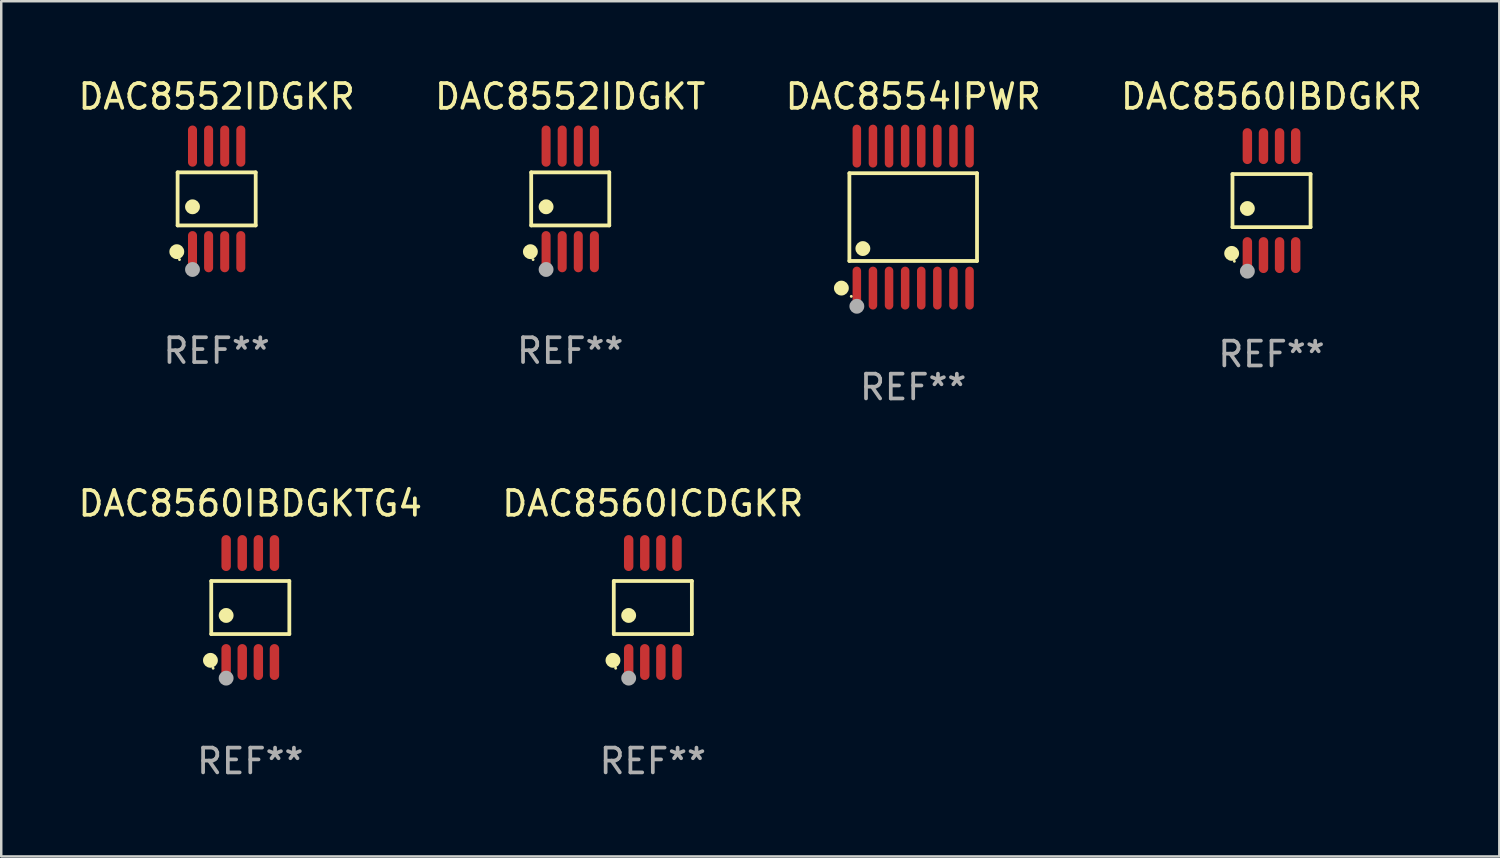
<source format=kicad_pcb>
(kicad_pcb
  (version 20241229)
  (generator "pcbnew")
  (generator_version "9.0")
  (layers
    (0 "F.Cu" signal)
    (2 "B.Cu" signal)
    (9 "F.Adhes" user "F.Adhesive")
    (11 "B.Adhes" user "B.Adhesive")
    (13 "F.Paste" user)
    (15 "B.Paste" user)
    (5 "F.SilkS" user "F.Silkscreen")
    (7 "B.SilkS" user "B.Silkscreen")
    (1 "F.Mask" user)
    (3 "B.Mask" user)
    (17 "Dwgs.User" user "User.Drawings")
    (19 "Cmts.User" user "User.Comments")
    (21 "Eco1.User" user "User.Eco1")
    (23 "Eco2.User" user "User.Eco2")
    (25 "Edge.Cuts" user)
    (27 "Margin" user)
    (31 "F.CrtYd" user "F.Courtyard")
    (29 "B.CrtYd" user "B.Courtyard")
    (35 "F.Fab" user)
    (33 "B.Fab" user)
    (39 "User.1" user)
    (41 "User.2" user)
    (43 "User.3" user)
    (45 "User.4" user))
  (footprint "DAC8554IPWR"
    (layer "F.Cu")
    (at 33.815 5.714)
    (property "Reference" "DAC8554IPWR" (at 0 -4.866 0) (layer "F.SilkS") (effects (font (size 1 1) (thickness 0.15))))
    (attr through_hole)
    (fp_line (start -2.576 -1.772) (end 2.576 -1.772) (stroke (width 0.152) (type solid)) (layer "F.SilkS"))
    (fp_line (start -2.576 1.771) (end -2.576 -1.772) (stroke (width 0.152) (type solid)) (layer "F.SilkS"))
    (fp_line (start 2.576 -1.772) (end 2.576 1.771) (stroke (width 0.152) (type solid)) (layer "F.SilkS"))
    (fp_line (start 2.576 1.771) (end -2.576 1.771) (stroke (width 0.152) (type solid)) (layer "F.SilkS"))
    (fp_circle (center -2.899 2.866) (end -2.749 2.866) (stroke (width 0.3) (type solid)) (fill no) (layer "F.SilkS"))
    (fp_circle (center -2.5 3.2) (end -2.47 3.2) (stroke (width 0.06) (type solid)) (fill no) (layer "F.SilkS"))
    (fp_circle (center -2.032 1.27) (end -1.882 1.27) (stroke (width 0.3) (type solid)) (fill no) (layer "F.SilkS"))
    (fp_circle (center -2.275 3.6) (end -2.125 3.6) (stroke (width 0.3) (type solid)) (fill no) (layer "F.Fab"))
    (fp_text user "REF**" (at 0 6.866 0) (layer "F.Fab") (effects (font (size 1 1) (thickness 0.15))))
    (pad "1" smd oval (at -2.275 2.866) (size 0.343 1.731) (layers "F.Cu" "F.Mask" "F.Paste"))
    (pad "2" smd oval (at -1.625 2.866) (size 0.343 1.731) (layers "F.Cu" "F.Mask" "F.Paste"))
    (pad "3" smd oval (at -0.975 2.866) (size 0.343 1.731) (layers "F.Cu" "F.Mask" "F.Paste"))
    (pad "4" smd oval (at -0.325 2.866) (size 0.343 1.731) (layers "F.Cu" "F.Mask" "F.Paste"))
    (pad "5" smd oval (at 0.325 2.866) (size 0.343 1.731) (layers "F.Cu" "F.Mask" "F.Paste"))
    (pad "6" smd oval (at 0.975 2.866) (size 0.343 1.731) (layers "F.Cu" "F.Mask" "F.Paste"))
    (pad "7" smd oval (at 1.625 2.866) (size 0.343 1.731) (layers "F.Cu" "F.Mask" "F.Paste"))
    (pad "8" smd oval (at 2.275 2.866) (size 0.343 1.731) (layers "F.Cu" "F.Mask" "F.Paste"))
    (pad "9" smd oval (at 2.275 -2.866) (size 0.343 1.731) (layers "F.Cu" "F.Mask" "F.Paste"))
    (pad "10" smd oval (at 1.625 -2.866) (size 0.343 1.731) (layers "F.Cu" "F.Mask" "F.Paste"))
    (pad "11" smd oval (at 0.975 -2.866) (size 0.343 1.731) (layers "F.Cu" "F.Mask" "F.Paste"))
    (pad "12" smd oval (at 0.325 -2.866) (size 0.343 1.731) (layers "F.Cu" "F.Mask" "F.Paste"))
    (pad "13" smd oval (at -0.325 -2.866) (size 0.343 1.731) (layers "F.Cu" "F.Mask" "F.Paste"))
    (pad "14" smd oval (at -0.975 -2.866) (size 0.343 1.731) (layers "F.Cu" "F.Mask" "F.Paste"))
    (pad "15" smd oval (at -1.625 -2.866) (size 0.343 1.731) (layers "F.Cu" "F.Mask" "F.Paste"))
    (pad "16" smd oval (at -2.275 -2.866) (size 0.343 1.731) (layers "F.Cu" "F.Mask" "F.Paste")))
  (footprint "DAC8552IDGKR"
    (layer "F.Cu")
    (at 5.696 4.979)
    (property "Reference" "DAC8552IDGKR" (at 0 -4.131 0) (layer "F.SilkS") (effects (font (size 1 1) (thickness 0.15))))
    (attr through_hole)
    (fp_line (start -1.576 -1.071) (end 1.576 -1.071) (stroke (width 0.152) (type solid)) (layer "F.SilkS"))
    (fp_line (start -1.576 1.071) (end -1.576 -1.071) (stroke (width 0.152) (type solid)) (layer "F.SilkS"))
    (fp_line (start 1.576 -1.071) (end 1.576 1.071) (stroke (width 0.152) (type solid)) (layer "F.SilkS"))
    (fp_line (start 1.576 1.071) (end -1.576 1.071) (stroke (width 0.152) (type solid)) (layer "F.SilkS"))
    (fp_circle (center -1.609 2.131) (end -1.459 2.131) (stroke (width 0.3) (type solid)) (fill no) (layer "F.SilkS"))
    (fp_circle (center -1.5 2.45) (end -1.47 2.45) (stroke (width 0.06) (type solid)) (fill no) (layer "F.SilkS"))
    (fp_circle (center -0.975 0.319) (end -0.825 0.319) (stroke (width 0.3) (type solid)) (fill no) (layer "F.SilkS"))
    (fp_circle (center -0.975 2.85) (end -0.825 2.85) (stroke (width 0.3) (type solid)) (fill no) (layer "F.Fab"))
    (fp_text user "REF**" (at 0 6.131 0) (layer "F.Fab") (effects (font (size 1 1) (thickness 0.15))))
    (pad "1" smd oval (at -0.975 2.131) (size 0.364 1.662) (layers "F.Cu" "F.Mask" "F.Paste"))
    (pad "2" smd oval (at -0.325 2.131) (size 0.364 1.662) (layers "F.Cu" "F.Mask" "F.Paste"))
    (pad "3" smd oval (at 0.325 2.131) (size 0.364 1.662) (layers "F.Cu" "F.Mask" "F.Paste"))
    (pad "4" smd oval (at 0.975 2.131) (size 0.364 1.662) (layers "F.Cu" "F.Mask" "F.Paste"))
    (pad "5" smd oval (at 0.975 -2.131) (size 0.364 1.662) (layers "F.Cu" "F.Mask" "F.Paste"))
    (pad "6" smd oval (at 0.325 -2.131) (size 0.364 1.662) (layers "F.Cu" "F.Mask" "F.Paste"))
    (pad "7" smd oval (at -0.325 -2.131) (size 0.364 1.662) (layers "F.Cu" "F.Mask" "F.Paste"))
    (pad "8" smd oval (at -0.975 -2.131) (size 0.364 1.662) (layers "F.Cu" "F.Mask" "F.Paste")))
  (footprint "DAC8560IBDGKTG4"
    (layer "F.Cu")
    (at 7.054 21.476)
    (property "Reference" "DAC8560IBDGKTG4" (at 0 -4.2 0) (layer "F.SilkS") (effects (font (size 1 1) (thickness 0.15))))
    (attr through_hole)
    (fp_line (start -1.576 -1.071) (end 1.576 -1.071) (stroke (width 0.152) (type solid)) (layer "F.SilkS"))
    (fp_line (start -1.576 1.071) (end -1.576 -1.071) (stroke (width 0.152) (type solid)) (layer "F.SilkS"))
    (fp_line (start 1.576 -1.071) (end 1.576 1.071) (stroke (width 0.152) (type solid)) (layer "F.SilkS"))
    (fp_line (start 1.576 1.071) (end -1.576 1.071) (stroke (width 0.152) (type solid)) (layer "F.SilkS"))
    (fp_circle (center -1.609 2.131) (end -1.459 2.131) (stroke (width 0.3) (type solid)) (fill no) (layer "F.SilkS"))
    (fp_circle (center -1.5 2.45) (end -1.47 2.45) (stroke (width 0.06) (type solid)) (fill no) (layer "F.SilkS"))
    (fp_circle (center -0.975 0.319) (end -0.825 0.319) (stroke (width 0.3) (type solid)) (fill no) (layer "F.SilkS"))
    (fp_circle (center -0.975 2.85) (end -0.825 2.85) (stroke (width 0.3) (type solid)) (fill no) (layer "F.Fab"))
    (fp_text user "REF**" (at 0 6.2 0) (layer "F.Fab") (effects (font (size 1 1) (thickness 0.15))))
    (pad "1" smd oval (at -0.975 2.2) (size 0.38 1.45) (layers "F.Cu" "F.Mask" "F.Paste"))
    (pad "2" smd oval (at -0.325 2.2) (size 0.38 1.45) (layers "F.Cu" "F.Mask" "F.Paste"))
    (pad "3" smd oval (at 0.325 2.2) (size 0.38 1.45) (layers "F.Cu" "F.Mask" "F.Paste"))
    (pad "4" smd oval (at 0.975 2.2) (size 0.38 1.45) (layers "F.Cu" "F.Mask" "F.Paste"))
    (pad "5" smd oval (at 0.975 -2.2) (size 0.38 1.45) (layers "F.Cu" "F.Mask" "F.Paste"))
    (pad "6" smd oval (at 0.325 -2.2) (size 0.38 1.45) (layers "F.Cu" "F.Mask" "F.Paste"))
    (pad "7" smd oval (at -0.325 -2.2) (size 0.38 1.45) (layers "F.Cu" "F.Mask" "F.Paste"))
    (pad "8" smd oval (at -0.975 -2.2) (size 0.38 1.45) (layers "F.Cu" "F.Mask" "F.Paste")))
  (footprint "DAC8560ICDGKR"
    (layer "F.Cu")
    (at 23.304 21.476)
    (property "Reference" "DAC8560ICDGKR" (at 0 -4.2 0) (layer "F.SilkS") (effects (font (size 1 1) (thickness 0.15))))
    (attr through_hole)
    (fp_line (start -1.576 -1.071) (end 1.576 -1.071) (stroke (width 0.152) (type solid)) (layer "F.SilkS"))
    (fp_line (start -1.576 1.071) (end -1.576 -1.071) (stroke (width 0.152) (type solid)) (layer "F.SilkS"))
    (fp_line (start 1.576 -1.071) (end 1.576 1.071) (stroke (width 0.152) (type solid)) (layer "F.SilkS"))
    (fp_line (start 1.576 1.071) (end -1.576 1.071) (stroke (width 0.152) (type solid)) (layer "F.SilkS"))
    (fp_circle (center -1.609 2.131) (end -1.459 2.131) (stroke (width 0.3) (type solid)) (fill no) (layer "F.SilkS"))
    (fp_circle (center -1.5 2.45) (end -1.47 2.45) (stroke (width 0.06) (type solid)) (fill no) (layer "F.SilkS"))
    (fp_circle (center -0.975 0.319) (end -0.825 0.319) (stroke (width 0.3) (type solid)) (fill no) (layer "F.SilkS"))
    (fp_circle (center -0.975 2.85) (end -0.825 2.85) (stroke (width 0.3) (type solid)) (fill no) (layer "F.Fab"))
    (fp_text user "REF**" (at 0 6.2 0) (layer "F.Fab") (effects (font (size 1 1) (thickness 0.15))))
    (pad "1" smd oval (at -0.975 2.2) (size 0.38 1.45) (layers "F.Cu" "F.Mask" "F.Paste"))
    (pad "2" smd oval (at -0.325 2.2) (size 0.38 1.45) (layers "F.Cu" "F.Mask" "F.Paste"))
    (pad "3" smd oval (at 0.325 2.2) (size 0.38 1.45) (layers "F.Cu" "F.Mask" "F.Paste"))
    (pad "4" smd oval (at 0.975 2.2) (size 0.38 1.45) (layers "F.Cu" "F.Mask" "F.Paste"))
    (pad "5" smd oval (at 0.975 -2.2) (size 0.38 1.45) (layers "F.Cu" "F.Mask" "F.Paste"))
    (pad "6" smd oval (at 0.325 -2.2) (size 0.38 1.45) (layers "F.Cu" "F.Mask" "F.Paste"))
    (pad "7" smd oval (at -0.325 -2.2) (size 0.38 1.45) (layers "F.Cu" "F.Mask" "F.Paste"))
    (pad "8" smd oval (at -0.975 -2.2) (size 0.38 1.45) (layers "F.Cu" "F.Mask" "F.Paste")))
  (footprint "DAC8552IDGKT"
    (layer "F.Cu")
    (at 19.97 4.979)
    (property "Reference" "DAC8552IDGKT" (at 0 -4.131 0) (layer "F.SilkS") (effects (font (size 1 1) (thickness 0.15))))
    (attr through_hole)
    (fp_line (start -1.576 -1.071) (end 1.576 -1.071) (stroke (width 0.152) (type solid)) (layer "F.SilkS"))
    (fp_line (start -1.576 1.071) (end -1.576 -1.071) (stroke (width 0.152) (type solid)) (layer "F.SilkS"))
    (fp_line (start 1.576 -1.071) (end 1.576 1.071) (stroke (width 0.152) (type solid)) (layer "F.SilkS"))
    (fp_line (start 1.576 1.071) (end -1.576 1.071) (stroke (width 0.152) (type solid)) (layer "F.SilkS"))
    (fp_circle (center -1.609 2.131) (end -1.459 2.131) (stroke (width 0.3) (type solid)) (fill no) (layer "F.SilkS"))
    (fp_circle (center -1.5 2.45) (end -1.47 2.45) (stroke (width 0.06) (type solid)) (fill no) (layer "F.SilkS"))
    (fp_circle (center -0.975 0.319) (end -0.825 0.319) (stroke (width 0.3) (type solid)) (fill no) (layer "F.SilkS"))
    (fp_circle (center -0.975 2.85) (end -0.825 2.85) (stroke (width 0.3) (type solid)) (fill no) (layer "F.Fab"))
    (fp_text user "REF**" (at 0 6.131 0) (layer "F.Fab") (effects (font (size 1 1) (thickness 0.15))))
    (pad "1" smd oval (at -0.975 2.131) (size 0.364 1.662) (layers "F.Cu" "F.Mask" "F.Paste"))
    (pad "2" smd oval (at -0.325 2.131) (size 0.364 1.662) (layers "F.Cu" "F.Mask" "F.Paste"))
    (pad "3" smd oval (at 0.325 2.131) (size 0.364 1.662) (layers "F.Cu" "F.Mask" "F.Paste"))
    (pad "4" smd oval (at 0.975 2.131) (size 0.364 1.662) (layers "F.Cu" "F.Mask" "F.Paste"))
    (pad "5" smd oval (at 0.975 -2.131) (size 0.364 1.662) (layers "F.Cu" "F.Mask" "F.Paste"))
    (pad "6" smd oval (at 0.325 -2.131) (size 0.364 1.662) (layers "F.Cu" "F.Mask" "F.Paste"))
    (pad "7" smd oval (at -0.325 -2.131) (size 0.364 1.662) (layers "F.Cu" "F.Mask" "F.Paste"))
    (pad "8" smd oval (at -0.975 -2.131) (size 0.364 1.662) (layers "F.Cu" "F.Mask" "F.Paste")))
  (footprint "DAC8560IBDGKR"
    (layer "F.Cu")
    (at 48.28 5.048)
    (property "Reference" "DAC8560IBDGKR" (at 0 -4.2 0) (layer "F.SilkS") (effects (font (size 1 1) (thickness 0.15))))
    (attr through_hole)
    (fp_line (start -1.576 -1.071) (end 1.576 -1.071) (stroke (width 0.152) (type solid)) (layer "F.SilkS"))
    (fp_line (start -1.576 1.071) (end -1.576 -1.071) (stroke (width 0.152) (type solid)) (layer "F.SilkS"))
    (fp_line (start 1.576 -1.071) (end 1.576 1.071) (stroke (width 0.152) (type solid)) (layer "F.SilkS"))
    (fp_line (start 1.576 1.071) (end -1.576 1.071) (stroke (width 0.152) (type solid)) (layer "F.SilkS"))
    (fp_circle (center -1.609 2.131) (end -1.459 2.131) (stroke (width 0.3) (type solid)) (fill no) (layer "F.SilkS"))
    (fp_circle (center -1.5 2.45) (end -1.47 2.45) (stroke (width 0.06) (type solid)) (fill no) (layer "F.SilkS"))
    (fp_circle (center -0.975 0.319) (end -0.825 0.319) (stroke (width 0.3) (type solid)) (fill no) (layer "F.SilkS"))
    (fp_circle (center -0.975 2.85) (end -0.825 2.85) (stroke (width 0.3) (type solid)) (fill no) (layer "F.Fab"))
    (fp_text user "REF**" (at 0 6.2 0) (layer "F.Fab") (effects (font (size 1 1) (thickness 0.15))))
    (pad "1" smd oval (at -0.975 2.2) (size 0.38 1.45) (layers "F.Cu" "F.Mask" "F.Paste"))
    (pad "2" smd oval (at -0.325 2.2) (size 0.38 1.45) (layers "F.Cu" "F.Mask" "F.Paste"))
    (pad "3" smd oval (at 0.325 2.2) (size 0.38 1.45) (layers "F.Cu" "F.Mask" "F.Paste"))
    (pad "4" smd oval (at 0.975 2.2) (size 0.38 1.45) (layers "F.Cu" "F.Mask" "F.Paste"))
    (pad "5" smd oval (at 0.975 -2.2) (size 0.38 1.45) (layers "F.Cu" "F.Mask" "F.Paste"))
    (pad "6" smd oval (at 0.325 -2.2) (size 0.38 1.45) (layers "F.Cu" "F.Mask" "F.Paste"))
    (pad "7" smd oval (at -0.325 -2.2) (size 0.38 1.45) (layers "F.Cu" "F.Mask" "F.Paste"))
    (pad "8" smd oval (at -0.975 -2.2) (size 0.38 1.45) (layers "F.Cu" "F.Mask" "F.Paste")))
  (gr_rect
    (start -3 -3)
    (end 57.476 31.524)
    (stroke (width 0.1) (type default))
    (fill no)
    (layer "Edge.Cuts")))
</source>
